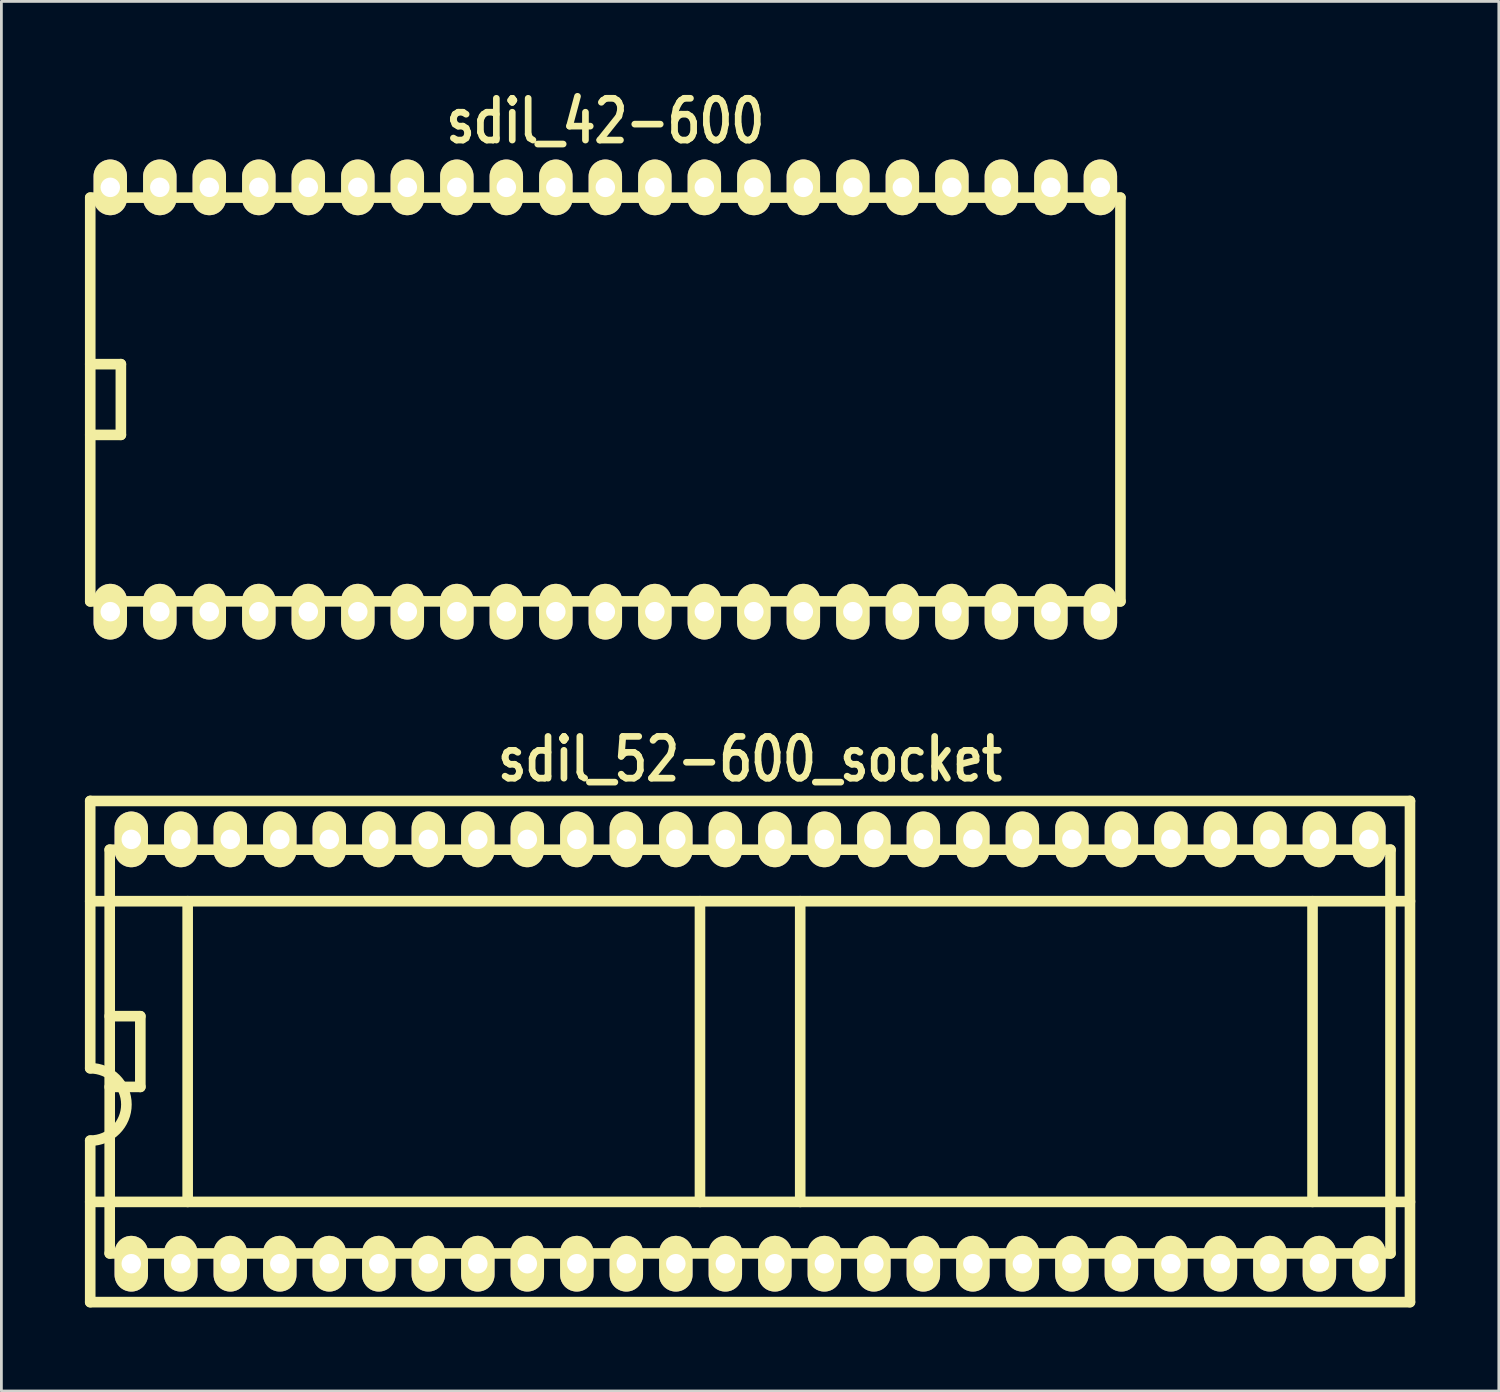
<source format=kicad_pcb>
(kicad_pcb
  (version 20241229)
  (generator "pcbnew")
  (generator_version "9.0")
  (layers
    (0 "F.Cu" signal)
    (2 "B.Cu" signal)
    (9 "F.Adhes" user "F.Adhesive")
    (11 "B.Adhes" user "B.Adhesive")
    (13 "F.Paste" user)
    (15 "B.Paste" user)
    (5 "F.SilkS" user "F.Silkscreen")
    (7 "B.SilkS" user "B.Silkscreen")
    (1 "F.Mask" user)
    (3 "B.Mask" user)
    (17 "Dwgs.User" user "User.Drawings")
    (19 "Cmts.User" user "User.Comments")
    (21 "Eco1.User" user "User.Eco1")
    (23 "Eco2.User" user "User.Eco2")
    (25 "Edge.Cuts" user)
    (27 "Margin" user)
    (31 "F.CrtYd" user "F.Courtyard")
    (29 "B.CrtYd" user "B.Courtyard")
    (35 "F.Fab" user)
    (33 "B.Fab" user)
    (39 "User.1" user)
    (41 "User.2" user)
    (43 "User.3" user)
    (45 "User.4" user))
  (footprint "sdil_52-600_socket"
    (layer "F.Cu")
    (at 23.89 34.717)
    (property "Reference" "sdil_52-600_socket" (at 0 -10.5 0) (layer "F.SilkS") (effects (font (size 1.5 1.2) (thickness 0.24))))
    (attr through_hole)
    (fp_line (start -23.7 -9) (end -23.7 0.6) (stroke (width 0.381) (type solid)) (layer "F.SilkS"))
    (fp_line (start -23.7 -9) (end 23.7 -9) (stroke (width 0.381) (type solid)) (layer "F.SilkS"))
    (fp_line (start -23.7 -5.4) (end 23.7 -5.4) (stroke (width 0.381) (type solid)) (layer "F.SilkS"))
    (fp_line (start -23.7 3.2) (end -23.7 9) (stroke (width 0.381) (type solid)) (layer "F.SilkS"))
    (fp_line (start -23 -7.25) (end -23 7.25) (stroke (width 0.381) (type solid)) (layer "F.SilkS"))
    (fp_line (start -21.9 -1.27) (end -23 -1.27) (stroke (width 0.381) (type solid)) (layer "F.SilkS"))
    (fp_line (start -21.9 -1.27) (end -21.9 1.27) (stroke (width 0.381) (type solid)) (layer "F.SilkS"))
    (fp_line (start -21.9 1.27) (end -23 1.27) (stroke (width 0.381) (type solid)) (layer "F.SilkS"))
    (fp_line (start -20.2 5.4) (end -20.2 -5.4) (stroke (width 0.381) (type solid)) (layer "F.SilkS"))
    (fp_line (start -1.8 -5.4) (end -1.8 5.4) (stroke (width 0.381) (type solid)) (layer "F.SilkS"))
    (fp_line (start 1.8 5.4) (end 1.8 -5.4) (stroke (width 0.381) (type solid)) (layer "F.SilkS"))
    (fp_line (start 20.2 -5.4) (end 20.2 5.4) (stroke (width 0.381) (type solid)) (layer "F.SilkS"))
    (fp_line (start 23 -7.25) (end -23 -7.25) (stroke (width 0.381) (type solid)) (layer "F.SilkS"))
    (fp_line (start 23 7.25) (end -23 7.25) (stroke (width 0.381) (type solid)) (layer "F.SilkS"))
    (fp_line (start 23 7.25) (end 23 -7.25) (stroke (width 0.381) (type solid)) (layer "F.SilkS"))
    (fp_line (start 23.7 -9) (end 23.7 9) (stroke (width 0.381) (type solid)) (layer "F.SilkS"))
    (fp_line (start 23.7 5.4) (end -23.7 5.4) (stroke (width 0.381) (type solid)) (layer "F.SilkS"))
    (fp_line (start 23.7 9) (end -23.7 9) (stroke (width 0.381) (type solid)) (layer "F.SilkS"))
    (fp_arc (start -23.7 0.6) (mid -22.4 1.9) (end -23.7 3.2) (stroke (width 0.381) (type solid)) (layer "F.SilkS"))
    (pad "1" thru_hole oval (at -22.225 7.62) (size 1.2 2) (drill 0.7) (layers "*.Cu" "*.Mask" "F.SilkS"))
    (pad "2" thru_hole oval (at -20.447 7.62) (size 1.2 2) (drill 0.7) (layers "*.Cu" "*.Mask" "F.SilkS"))
    (pad "3" thru_hole oval (at -18.669 7.62) (size 1.2 2) (drill 0.7) (layers "*.Cu" "*.Mask" "F.SilkS"))
    (pad "4" thru_hole oval (at -16.891 7.62) (size 1.2 2) (drill 0.7) (layers "*.Cu" "*.Mask" "F.SilkS"))
    (pad "5" thru_hole oval (at -15.113 7.62) (size 1.2 2) (drill 0.7) (layers "*.Cu" "*.Mask" "F.SilkS"))
    (pad "6" thru_hole oval (at -13.335 7.62) (size 1.2 2) (drill 0.7) (layers "*.Cu" "*.Mask" "F.SilkS"))
    (pad "7" thru_hole oval (at -11.557 7.62) (size 1.2 2) (drill 0.7) (layers "*.Cu" "*.Mask" "F.SilkS"))
    (pad "8" thru_hole oval (at -9.779 7.62) (size 1.2 2) (drill 0.7) (layers "*.Cu" "*.Mask" "F.SilkS"))
    (pad "9" thru_hole oval (at -8.001 7.62) (size 1.2 2) (drill 0.7) (layers "*.Cu" "*.Mask" "F.SilkS"))
    (pad "10" thru_hole oval (at -6.223 7.62) (size 1.2 2) (drill 0.7) (layers "*.Cu" "*.Mask" "F.SilkS"))
    (pad "11" thru_hole oval (at -4.445 7.62) (size 1.2 2) (drill 0.7) (layers "*.Cu" "*.Mask" "F.SilkS"))
    (pad "12" thru_hole oval (at -2.667 7.62) (size 1.2 2) (drill 0.7) (layers "*.Cu" "*.Mask" "F.SilkS"))
    (pad "13" thru_hole oval (at -0.889 7.62) (size 1.2 2) (drill 0.7) (layers "*.Cu" "*.Mask" "F.SilkS"))
    (pad "14" thru_hole oval (at 0.889 7.62) (size 1.2 2) (drill 0.7) (layers "*.Cu" "*.Mask" "F.SilkS"))
    (pad "15" thru_hole oval (at 2.667 7.62) (size 1.2 2) (drill 0.7) (layers "*.Cu" "*.Mask" "F.SilkS"))
    (pad "16" thru_hole oval (at 4.445 7.62) (size 1.2 2) (drill 0.7) (layers "*.Cu" "*.Mask" "F.SilkS"))
    (pad "17" thru_hole oval (at 6.223 7.62) (size 1.2 2) (drill 0.7) (layers "*.Cu" "*.Mask" "F.SilkS"))
    (pad "18" thru_hole oval (at 8.001 7.62) (size 1.2 2) (drill 0.7) (layers "*.Cu" "*.Mask" "F.SilkS"))
    (pad "19" thru_hole oval (at 9.779 7.62) (size 1.2 2) (drill 0.7) (layers "*.Cu" "*.Mask" "F.SilkS"))
    (pad "20" thru_hole oval (at 11.557 7.62) (size 1.2 2) (drill 0.7) (layers "*.Cu" "*.Mask" "F.SilkS"))
    (pad "21" thru_hole oval (at 13.335 7.62) (size 1.2 2) (drill 0.7) (layers "*.Cu" "*.Mask" "F.SilkS"))
    (pad "22" thru_hole oval (at 15.113 7.62) (size 1.2 2) (drill 0.7) (layers "*.Cu" "*.Mask" "F.SilkS"))
    (pad "23" thru_hole oval (at 16.891 7.62) (size 1.2 2) (drill 0.7) (layers "*.Cu" "*.Mask" "F.SilkS"))
    (pad "24" thru_hole oval (at 18.669 7.62) (size 1.2 2) (drill 0.7) (layers "*.Cu" "*.Mask" "F.SilkS"))
    (pad "25" thru_hole oval (at 20.447 7.62) (size 1.2 2) (drill 0.7) (layers "*.Cu" "*.Mask" "F.SilkS"))
    (pad "26" thru_hole oval (at 22.225 7.62) (size 1.2 2) (drill 0.7) (layers "*.Cu" "*.Mask" "F.SilkS"))
    (pad "27" thru_hole oval (at 22.225 -7.62) (size 1.2 2) (drill 0.7) (layers "*.Cu" "*.Mask" "F.SilkS"))
    (pad "28" thru_hole oval (at 20.447 -7.62) (size 1.2 2) (drill 0.7) (layers "*.Cu" "*.Mask" "F.SilkS"))
    (pad "29" thru_hole oval (at 18.669 -7.62) (size 1.2 2) (drill 0.7) (layers "*.Cu" "*.Mask" "F.SilkS"))
    (pad "30" thru_hole oval (at 16.891 -7.62) (size 1.2 2) (drill 0.7) (layers "*.Cu" "*.Mask" "F.SilkS"))
    (pad "31" thru_hole oval (at 15.113 -7.62) (size 1.2 2) (drill 0.7) (layers "*.Cu" "*.Mask" "F.SilkS"))
    (pad "32" thru_hole oval (at 13.335 -7.62) (size 1.2 2) (drill 0.7) (layers "*.Cu" "*.Mask" "F.SilkS"))
    (pad "33" thru_hole oval (at 11.557 -7.62) (size 1.2 2) (drill 0.7) (layers "*.Cu" "*.Mask" "F.SilkS"))
    (pad "34" thru_hole oval (at 9.779 -7.62) (size 1.2 2) (drill 0.7) (layers "*.Cu" "*.Mask" "F.SilkS"))
    (pad "35" thru_hole oval (at 8.001 -7.62) (size 1.2 2) (drill 0.7) (layers "*.Cu" "*.Mask" "F.SilkS"))
    (pad "36" thru_hole oval (at 6.223 -7.62) (size 1.2 2) (drill 0.7) (layers "*.Cu" "*.Mask" "F.SilkS"))
    (pad "37" thru_hole oval (at 4.445 -7.62) (size 1.2 2) (drill 0.7) (layers "*.Cu" "*.Mask" "F.SilkS"))
    (pad "38" thru_hole oval (at 2.667 -7.62) (size 1.2 2) (drill 0.7) (layers "*.Cu" "*.Mask" "F.SilkS"))
    (pad "39" thru_hole oval (at 0.889 -7.62) (size 1.2 2) (drill 0.7) (layers "*.Cu" "*.Mask" "F.SilkS"))
    (pad "40" thru_hole oval (at -0.889 -7.62) (size 1.2 2) (drill 0.7) (layers "*.Cu" "*.Mask" "F.SilkS"))
    (pad "41" thru_hole oval (at -2.667 -7.62) (size 1.2 2) (drill 0.7) (layers "*.Cu" "*.Mask" "F.SilkS"))
    (pad "42" thru_hole oval (at -4.445 -7.62) (size 1.2 2) (drill 0.7) (layers "*.Cu" "*.Mask" "F.SilkS"))
    (pad "43" thru_hole oval (at -6.223 -7.62) (size 1.2 2) (drill 0.7) (layers "*.Cu" "*.Mask" "F.SilkS"))
    (pad "44" thru_hole oval (at -8.001 -7.62) (size 1.2 2) (drill 0.7) (layers "*.Cu" "*.Mask" "F.SilkS"))
    (pad "45" thru_hole oval (at -9.779 -7.62) (size 1.2 2) (drill 0.7) (layers "*.Cu" "*.Mask" "F.SilkS"))
    (pad "46" thru_hole oval (at -11.557 -7.62) (size 1.2 2) (drill 0.7) (layers "*.Cu" "*.Mask" "F.SilkS"))
    (pad "47" thru_hole oval (at -13.335 -7.62) (size 1.2 2) (drill 0.7) (layers "*.Cu" "*.Mask" "F.SilkS"))
    (pad "48" thru_hole oval (at -15.113 -7.62) (size 1.2 2) (drill 0.7) (layers "*.Cu" "*.Mask" "F.SilkS"))
    (pad "49" thru_hole oval (at -16.891 -7.62) (size 1.2 2) (drill 0.7) (layers "*.Cu" "*.Mask" "F.SilkS"))
    (pad "50" thru_hole oval (at -18.669 -7.62) (size 1.2 2) (drill 0.7) (layers "*.Cu" "*.Mask" "F.SilkS"))
    (pad "51" thru_hole oval (at -20.447 -7.62) (size 1.2 2) (drill 0.7) (layers "*.Cu" "*.Mask" "F.SilkS"))
    (pad "52" thru_hole oval (at -22.225 -7.62) (size 1.2 2) (drill 0.7) (layers "*.Cu" "*.Mask" "F.SilkS")))
  (footprint "sdil_42-600"
    (layer "F.Cu")
    (at 18.691 11.299)
    (property "Reference" "sdil_42-600" (at 0 -10 0) (layer "F.SilkS") (effects (font (size 1.5 1.2) (thickness 0.24))))
    (attr through_hole)
    (fp_line (start -18.5 -7.25) (end -18.5 7.25) (stroke (width 0.381) (type solid)) (layer "F.SilkS"))
    (fp_line (start -17.4 -1.27) (end -18.5 -1.27) (stroke (width 0.381) (type solid)) (layer "F.SilkS"))
    (fp_line (start -17.4 -1.27) (end -17.4 1.27) (stroke (width 0.381) (type solid)) (layer "F.SilkS"))
    (fp_line (start -17.4 1.27) (end -18.5 1.27) (stroke (width 0.381) (type solid)) (layer "F.SilkS"))
    (fp_line (start 18.5 -7.25) (end -18.5 -7.25) (stroke (width 0.381) (type solid)) (layer "F.SilkS"))
    (fp_line (start 18.5 7.25) (end -18.5 7.25) (stroke (width 0.381) (type solid)) (layer "F.SilkS"))
    (fp_line (start 18.5 7.25) (end 18.5 -7.25) (stroke (width 0.381) (type solid)) (layer "F.SilkS"))
    (pad "1" thru_hole oval (at -17.78 7.62) (size 1.2 2) (drill 0.7) (layers "*.Cu" "*.Mask" "F.SilkS"))
    (pad "2" thru_hole oval (at -16.002 7.62) (size 1.2 2) (drill 0.7) (layers "*.Cu" "*.Mask" "F.SilkS"))
    (pad "3" thru_hole oval (at -14.224 7.62) (size 1.2 2) (drill 0.7) (layers "*.Cu" "*.Mask" "F.SilkS"))
    (pad "4" thru_hole oval (at -12.446 7.62) (size 1.2 2) (drill 0.7) (layers "*.Cu" "*.Mask" "F.SilkS"))
    (pad "5" thru_hole oval (at -10.668 7.62) (size 1.2 2) (drill 0.7) (layers "*.Cu" "*.Mask" "F.SilkS"))
    (pad "6" thru_hole oval (at -8.89 7.62) (size 1.2 2) (drill 0.7) (layers "*.Cu" "*.Mask" "F.SilkS"))
    (pad "7" thru_hole oval (at -7.112 7.62) (size 1.2 2) (drill 0.7) (layers "*.Cu" "*.Mask" "F.SilkS"))
    (pad "8" thru_hole oval (at -5.334 7.62) (size 1.2 2) (drill 0.7) (layers "*.Cu" "*.Mask" "F.SilkS"))
    (pad "9" thru_hole oval (at -3.556 7.62) (size 1.2 2) (drill 0.7) (layers "*.Cu" "*.Mask" "F.SilkS"))
    (pad "10" thru_hole oval (at -1.778 7.62) (size 1.2 2) (drill 0.7) (layers "*.Cu" "*.Mask" "F.SilkS"))
    (pad "11" thru_hole oval (at 0 7.62) (size 1.2 2) (drill 0.7) (layers "*.Cu" "*.Mask" "F.SilkS"))
    (pad "12" thru_hole oval (at 1.778 7.62) (size 1.2 2) (drill 0.7) (layers "*.Cu" "*.Mask" "F.SilkS"))
    (pad "13" thru_hole oval (at 3.556 7.62) (size 1.2 2) (drill 0.7) (layers "*.Cu" "*.Mask" "F.SilkS"))
    (pad "14" thru_hole oval (at 5.334 7.62) (size 1.2 2) (drill 0.7) (layers "*.Cu" "*.Mask" "F.SilkS"))
    (pad "15" thru_hole oval (at 7.112 7.62) (size 1.2 2) (drill 0.7) (layers "*.Cu" "*.Mask" "F.SilkS"))
    (pad "16" thru_hole oval (at 8.89 7.62) (size 1.2 2) (drill 0.7) (layers "*.Cu" "*.Mask" "F.SilkS"))
    (pad "17" thru_hole oval (at 10.668 7.62) (size 1.2 2) (drill 0.7) (layers "*.Cu" "*.Mask" "F.SilkS"))
    (pad "18" thru_hole oval (at 12.446 7.62) (size 1.2 2) (drill 0.7) (layers "*.Cu" "*.Mask" "F.SilkS"))
    (pad "19" thru_hole oval (at 14.224 7.62) (size 1.2 2) (drill 0.7) (layers "*.Cu" "*.Mask" "F.SilkS"))
    (pad "20" thru_hole oval (at 16.002 7.62) (size 1.2 2) (drill 0.7) (layers "*.Cu" "*.Mask" "F.SilkS"))
    (pad "21" thru_hole oval (at 17.78 7.62) (size 1.2 2) (drill 0.7) (layers "*.Cu" "*.Mask" "F.SilkS"))
    (pad "22" thru_hole oval (at 17.78 -7.62) (size 1.2 2) (drill 0.7) (layers "*.Cu" "*.Mask" "F.SilkS"))
    (pad "23" thru_hole oval (at 16.002 -7.62) (size 1.2 2) (drill 0.7) (layers "*.Cu" "*.Mask" "F.SilkS"))
    (pad "24" thru_hole oval (at 14.224 -7.62) (size 1.2 2) (drill 0.7) (layers "*.Cu" "*.Mask" "F.SilkS"))
    (pad "25" thru_hole oval (at 12.446 -7.62) (size 1.2 2) (drill 0.7) (layers "*.Cu" "*.Mask" "F.SilkS"))
    (pad "26" thru_hole oval (at 10.668 -7.62) (size 1.2 2) (drill 0.7) (layers "*.Cu" "*.Mask" "F.SilkS"))
    (pad "27" thru_hole oval (at 8.89 -7.62) (size 1.2 2) (drill 0.7) (layers "*.Cu" "*.Mask" "F.SilkS"))
    (pad "28" thru_hole oval (at 7.112 -7.62) (size 1.2 2) (drill 0.7) (layers "*.Cu" "*.Mask" "F.SilkS"))
    (pad "29" thru_hole oval (at 5.334 -7.62) (size 1.2 2) (drill 0.7) (layers "*.Cu" "*.Mask" "F.SilkS"))
    (pad "30" thru_hole oval (at 3.556 -7.62) (size 1.2 2) (drill 0.7) (layers "*.Cu" "*.Mask" "F.SilkS"))
    (pad "31" thru_hole oval (at 1.778 -7.62) (size 1.2 2) (drill 0.7) (layers "*.Cu" "*.Mask" "F.SilkS"))
    (pad "32" thru_hole oval (at 0 -7.62) (size 1.2 2) (drill 0.7) (layers "*.Cu" "*.Mask" "F.SilkS"))
    (pad "33" thru_hole oval (at -1.778 -7.62) (size 1.2 2) (drill 0.7) (layers "*.Cu" "*.Mask" "F.SilkS"))
    (pad "34" thru_hole oval (at -3.556 -7.62) (size 1.2 2) (drill 0.7) (layers "*.Cu" "*.Mask" "F.SilkS"))
    (pad "35" thru_hole oval (at -5.334 -7.62) (size 1.2 2) (drill 0.7) (layers "*.Cu" "*.Mask" "F.SilkS"))
    (pad "36" thru_hole oval (at -7.112 -7.62) (size 1.2 2) (drill 0.7) (layers "*.Cu" "*.Mask" "F.SilkS"))
    (pad "37" thru_hole oval (at -8.89 -7.62) (size 1.2 2) (drill 0.7) (layers "*.Cu" "*.Mask" "F.SilkS"))
    (pad "38" thru_hole oval (at -10.668 -7.62) (size 1.2 2) (drill 0.7) (layers "*.Cu" "*.Mask" "F.SilkS"))
    (pad "39" thru_hole oval (at -12.446 -7.62) (size 1.2 2) (drill 0.7) (layers "*.Cu" "*.Mask" "F.SilkS"))
    (pad "40" thru_hole oval (at -14.224 -7.62) (size 1.2 2) (drill 0.7) (layers "*.Cu" "*.Mask" "F.SilkS"))
    (pad "41" thru_hole oval (at -16.002 -7.62) (size 1.2 2) (drill 0.7) (layers "*.Cu" "*.Mask" "F.SilkS"))
    (pad "42" thru_hole oval (at -17.78 -7.62) (size 1.2 2) (drill 0.7) (layers "*.Cu" "*.Mask" "F.SilkS")))
  (gr_rect
    (start -3 -3)
    (end 50.781 46.908)
    (stroke (width 0.1) (type default))
    (fill no)
    (layer "Edge.Cuts")))
</source>
